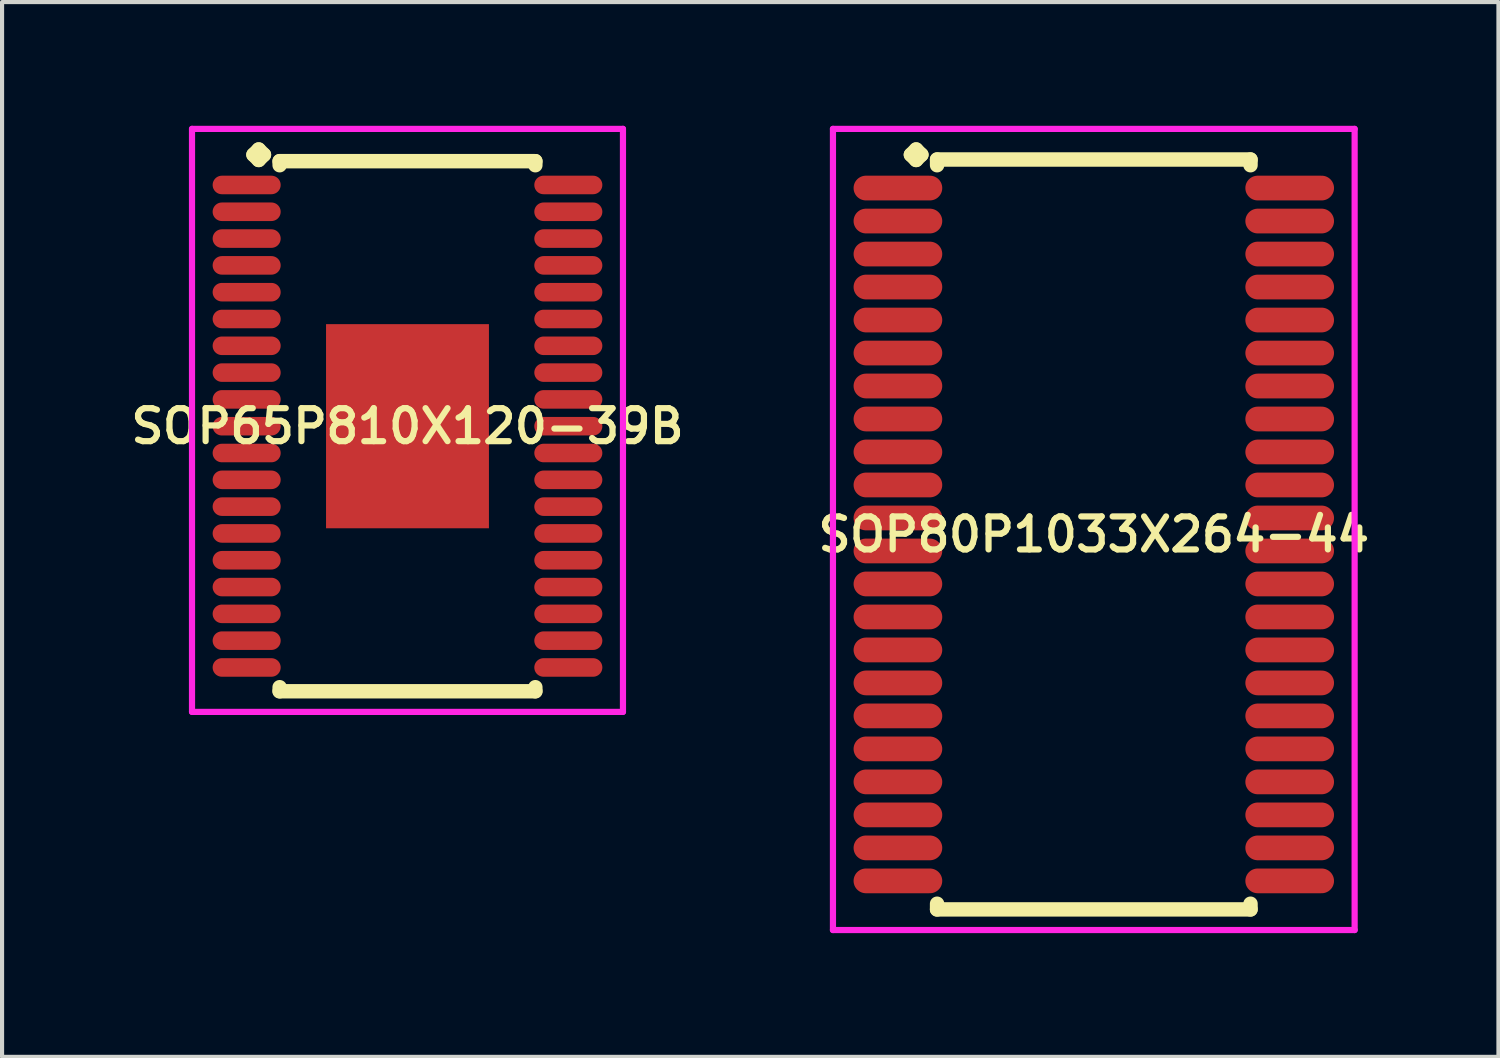
<source format=kicad_pcb>
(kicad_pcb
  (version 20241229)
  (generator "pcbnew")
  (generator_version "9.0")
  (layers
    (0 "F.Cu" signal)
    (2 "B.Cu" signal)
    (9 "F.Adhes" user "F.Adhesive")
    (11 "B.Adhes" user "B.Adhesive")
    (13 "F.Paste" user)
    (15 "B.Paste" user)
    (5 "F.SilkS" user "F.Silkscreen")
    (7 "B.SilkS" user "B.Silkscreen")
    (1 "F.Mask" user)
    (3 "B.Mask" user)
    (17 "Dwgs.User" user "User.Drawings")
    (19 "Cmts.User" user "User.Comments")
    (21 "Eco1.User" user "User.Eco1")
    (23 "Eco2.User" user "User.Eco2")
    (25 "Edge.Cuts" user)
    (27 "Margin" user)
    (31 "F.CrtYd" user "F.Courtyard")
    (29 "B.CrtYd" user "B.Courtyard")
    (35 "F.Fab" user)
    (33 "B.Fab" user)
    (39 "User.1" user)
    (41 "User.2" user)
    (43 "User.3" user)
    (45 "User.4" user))
  (footprint "SOP65P810X120-39B"
    (layer "F.Cu")
    (at 6.831 7.285)
    (property "Reference" "SOP65P810X120-39B" (at 0 0 0) (layer "F.SilkS") (effects (font (size 0.8 0.8) (thickness 0.15))))
    (attr through_hole)
    (fp_line (start -3.735 -6.583) (end -3.608 -6.71) (stroke (width 0.35) (type solid)) (layer "F.SilkS"))
    (fp_line (start -3.608 -6.71) (end -3.481 -6.583) (stroke (width 0.35) (type solid)) (layer "F.SilkS"))
    (fp_line (start -3.608 -6.456) (end -3.735 -6.583) (stroke (width 0.35) (type solid)) (layer "F.SilkS"))
    (fp_line (start -3.481 -6.583) (end -3.608 -6.456) (stroke (width 0.35) (type solid)) (layer "F.SilkS"))
    (fp_line (start -3.1 -6.427) (end 3.1 -6.427) (stroke (width 0.35) (type solid)) (layer "F.SilkS"))
    (fp_line (start -3.1 -6.329) (end -3.1 -6.427) (stroke (width 0.35) (type solid)) (layer "F.SilkS"))
    (fp_line (start -3.1 6.329) (end -3.1 6.427) (stroke (width 0.35) (type solid)) (layer "F.SilkS"))
    (fp_line (start -3.1 6.427) (end 3.1 6.427) (stroke (width 0.35) (type solid)) (layer "F.SilkS"))
    (fp_line (start 3.1 -6.427) (end 3.1 -6.329) (stroke (width 0.35) (type solid)) (layer "F.SilkS"))
    (fp_line (start 3.1 6.427) (end 3.1 6.329) (stroke (width 0.35) (type solid)) (layer "F.SilkS"))
    (fp_line (start -5.225 -7.21) (end 5.225 -7.21) (stroke (width 0.15) (type solid)) (layer "F.CrtYd"))
    (fp_line (start -5.225 6.927) (end -5.225 -7.21) (stroke (width 0.15) (type solid)) (layer "F.CrtYd"))
    (fp_line (start 5.225 -7.21) (end 5.225 6.927) (stroke (width 0.15) (type solid)) (layer "F.CrtYd"))
    (fp_line (start 5.225 6.927) (end -5.225 6.927) (stroke (width 0.15) (type solid)) (layer "F.CrtYd"))
    (pad "1" smd oval (at -3.9 -5.85) (size 1.65 0.45) (layers "F.Cu" "F.Mask" "F.Paste"))
    (pad "2" smd oval (at -3.9 -5.2) (size 1.65 0.45) (layers "F.Cu" "F.Mask" "F.Paste"))
    (pad "3" smd oval (at -3.9 -4.55) (size 1.65 0.45) (layers "F.Cu" "F.Mask" "F.Paste"))
    (pad "4" smd oval (at -3.9 -3.9) (size 1.65 0.45) (layers "F.Cu" "F.Mask" "F.Paste"))
    (pad "5" smd oval (at -3.9 -3.25) (size 1.65 0.45) (layers "F.Cu" "F.Mask" "F.Paste"))
    (pad "6" smd oval (at -3.9 -2.6) (size 1.65 0.45) (layers "F.Cu" "F.Mask" "F.Paste"))
    (pad "7" smd oval (at -3.9 -1.95) (size 1.65 0.45) (layers "F.Cu" "F.Mask" "F.Paste"))
    (pad "8" smd oval (at -3.9 -1.3) (size 1.65 0.45) (layers "F.Cu" "F.Mask" "F.Paste"))
    (pad "9" smd oval (at -3.9 -0.65) (size 1.65 0.45) (layers "F.Cu" "F.Mask" "F.Paste"))
    (pad "10" smd oval (at -3.9 0) (size 1.65 0.45) (layers "F.Cu" "F.Mask" "F.Paste"))
    (pad "11" smd oval (at -3.9 0.65) (size 1.65 0.45) (layers "F.Cu" "F.Mask" "F.Paste"))
    (pad "12" smd oval (at -3.9 1.3) (size 1.65 0.45) (layers "F.Cu" "F.Mask" "F.Paste"))
    (pad "13" smd oval (at -3.9 1.95) (size 1.65 0.45) (layers "F.Cu" "F.Mask" "F.Paste"))
    (pad "14" smd oval (at -3.9 2.6) (size 1.65 0.45) (layers "F.Cu" "F.Mask" "F.Paste"))
    (pad "15" smd oval (at -3.9 3.25) (size 1.65 0.45) (layers "F.Cu" "F.Mask" "F.Paste"))
    (pad "16" smd oval (at -3.9 3.9) (size 1.65 0.45) (layers "F.Cu" "F.Mask" "F.Paste"))
    (pad "17" smd oval (at -3.9 4.55) (size 1.65 0.45) (layers "F.Cu" "F.Mask" "F.Paste"))
    (pad "18" smd oval (at -3.9 5.2) (size 1.65 0.45) (layers "F.Cu" "F.Mask" "F.Paste"))
    (pad "19" smd oval (at -3.9 5.85) (size 1.65 0.45) (layers "F.Cu" "F.Mask" "F.Paste"))
    (pad "20" smd oval (at 3.9 5.85) (size 1.65 0.45) (layers "F.Cu" "F.Mask" "F.Paste"))
    (pad "21" smd oval (at 3.9 5.2) (size 1.65 0.45) (layers "F.Cu" "F.Mask" "F.Paste"))
    (pad "22" smd oval (at 3.9 4.55) (size 1.65 0.45) (layers "F.Cu" "F.Mask" "F.Paste"))
    (pad "23" smd oval (at 3.9 3.9) (size 1.65 0.45) (layers "F.Cu" "F.Mask" "F.Paste"))
    (pad "24" smd oval (at 3.9 3.25) (size 1.65 0.45) (layers "F.Cu" "F.Mask" "F.Paste"))
    (pad "25" smd oval (at 3.9 2.6) (size 1.65 0.45) (layers "F.Cu" "F.Mask" "F.Paste"))
    (pad "26" smd oval (at 3.9 1.95) (size 1.65 0.45) (layers "F.Cu" "F.Mask" "F.Paste"))
    (pad "27" smd oval (at 3.9 1.3) (size 1.65 0.45) (layers "F.Cu" "F.Mask" "F.Paste"))
    (pad "28" smd oval (at 3.9 0.65) (size 1.65 0.45) (layers "F.Cu" "F.Mask" "F.Paste"))
    (pad "29" smd oval (at 3.9 0) (size 1.65 0.45) (layers "F.Cu" "F.Mask" "F.Paste"))
    (pad "30" smd oval (at 3.9 -0.65) (size 1.65 0.45) (layers "F.Cu" "F.Mask" "F.Paste"))
    (pad "31" smd oval (at 3.9 -1.3) (size 1.65 0.45) (layers "F.Cu" "F.Mask" "F.Paste"))
    (pad "32" smd oval (at 3.9 -1.95) (size 1.65 0.45) (layers "F.Cu" "F.Mask" "F.Paste"))
    (pad "33" smd oval (at 3.9 -2.6) (size 1.65 0.45) (layers "F.Cu" "F.Mask" "F.Paste"))
    (pad "34" smd oval (at 3.9 -3.25) (size 1.65 0.45) (layers "F.Cu" "F.Mask" "F.Paste"))
    (pad "35" smd oval (at 3.9 -3.9) (size 1.65 0.45) (layers "F.Cu" "F.Mask" "F.Paste"))
    (pad "36" smd oval (at 3.9 -4.55) (size 1.65 0.45) (layers "F.Cu" "F.Mask" "F.Paste"))
    (pad "37" smd oval (at 3.9 -5.2) (size 1.65 0.45) (layers "F.Cu" "F.Mask" "F.Paste"))
    (pad "38" smd oval (at 3.9 -5.85) (size 1.65 0.45) (layers "F.Cu" "F.Mask" "F.Paste"))
    (pad "39" smd rect (at 0 0) (size 3.95 4.95) (layers "F.Cu" "F.Mask" "F.Paste")))
  (footprint "SOP80P1033X264-44"
    (layer "F.Cu")
    (at 23.473 9.91)
    (property "Reference" "SOP80P1033X264-44" (at 0 0 0) (layer "F.SilkS") (effects (font (size 0.8 0.8) (thickness 0.15))))
    (attr smd)
    (fp_line (start -4.435 -9.208) (end -4.308 -9.335) (stroke (width 0.35) (type solid)) (layer "F.SilkS"))
    (fp_line (start -4.308 -9.335) (end -4.181 -9.208) (stroke (width 0.35) (type solid)) (layer "F.SilkS"))
    (fp_line (start -4.308 -9.081) (end -4.435 -9.208) (stroke (width 0.35) (type solid)) (layer "F.SilkS"))
    (fp_line (start -4.181 -9.208) (end -4.308 -9.081) (stroke (width 0.35) (type solid)) (layer "F.SilkS"))
    (fp_line (start -3.8 -9.092) (end 3.8 -9.092) (stroke (width 0.35) (type solid)) (layer "F.SilkS"))
    (fp_line (start -3.8 -8.954) (end -3.8 -9.092) (stroke (width 0.35) (type solid)) (layer "F.SilkS"))
    (fp_line (start -3.8 8.954) (end -3.8 9.092) (stroke (width 0.35) (type solid)) (layer "F.SilkS"))
    (fp_line (start -3.8 9.092) (end 3.8 9.092) (stroke (width 0.35) (type solid)) (layer "F.SilkS"))
    (fp_line (start 3.8 -9.092) (end 3.8 -8.954) (stroke (width 0.35) (type solid)) (layer "F.SilkS"))
    (fp_line (start 3.8 9.092) (end 3.8 8.954) (stroke (width 0.35) (type solid)) (layer "F.SilkS"))
    (fp_line (start -6.325 -9.835) (end 6.325 -9.835) (stroke (width 0.15) (type solid)) (layer "F.CrtYd"))
    (fp_line (start -6.325 9.592) (end -6.325 -9.835) (stroke (width 0.15) (type solid)) (layer "F.CrtYd"))
    (fp_line (start 6.325 -9.835) (end 6.325 9.592) (stroke (width 0.15) (type solid)) (layer "F.CrtYd"))
    (fp_line (start 6.325 9.592) (end -6.325 9.592) (stroke (width 0.15) (type solid)) (layer "F.CrtYd"))
    (pad "1" smd oval (at -4.75 -8.4) (size 2.15 0.6) (layers "F.Cu" "F.Mask" "F.Paste"))
    (pad "2" smd oval (at -4.75 -7.6) (size 2.15 0.6) (layers "F.Cu" "F.Mask" "F.Paste"))
    (pad "3" smd oval (at -4.75 -6.8) (size 2.15 0.6) (layers "F.Cu" "F.Mask" "F.Paste"))
    (pad "4" smd oval (at -4.75 -6) (size 2.15 0.6) (layers "F.Cu" "F.Mask" "F.Paste"))
    (pad "5" smd oval (at -4.75 -5.2) (size 2.15 0.6) (layers "F.Cu" "F.Mask" "F.Paste"))
    (pad "6" smd oval (at -4.75 -4.4) (size 2.15 0.6) (layers "F.Cu" "F.Mask" "F.Paste"))
    (pad "7" smd oval (at -4.75 -3.6) (size 2.15 0.6) (layers "F.Cu" "F.Mask" "F.Paste"))
    (pad "8" smd oval (at -4.75 -2.8) (size 2.15 0.6) (layers "F.Cu" "F.Mask" "F.Paste"))
    (pad "9" smd oval (at -4.75 -2) (size 2.15 0.6) (layers "F.Cu" "F.Mask" "F.Paste"))
    (pad "10" smd oval (at -4.75 -1.2) (size 2.15 0.6) (layers "F.Cu" "F.Mask" "F.Paste"))
    (pad "11" smd oval (at -4.75 -0.4) (size 2.15 0.6) (layers "F.Cu" "F.Mask" "F.Paste"))
    (pad "12" smd oval (at -4.75 0.4) (size 2.15 0.6) (layers "F.Cu" "F.Mask" "F.Paste"))
    (pad "13" smd oval (at -4.75 1.2) (size 2.15 0.6) (layers "F.Cu" "F.Mask" "F.Paste"))
    (pad "14" smd oval (at -4.75 2) (size 2.15 0.6) (layers "F.Cu" "F.Mask" "F.Paste"))
    (pad "15" smd oval (at -4.75 2.8) (size 2.15 0.6) (layers "F.Cu" "F.Mask" "F.Paste"))
    (pad "16" smd oval (at -4.75 3.6) (size 2.15 0.6) (layers "F.Cu" "F.Mask" "F.Paste"))
    (pad "17" smd oval (at -4.75 4.4) (size 2.15 0.6) (layers "F.Cu" "F.Mask" "F.Paste"))
    (pad "18" smd oval (at -4.75 5.2) (size 2.15 0.6) (layers "F.Cu" "F.Mask" "F.Paste"))
    (pad "19" smd oval (at -4.75 6) (size 2.15 0.6) (layers "F.Cu" "F.Mask" "F.Paste"))
    (pad "20" smd oval (at -4.75 6.8) (size 2.15 0.6) (layers "F.Cu" "F.Mask" "F.Paste"))
    (pad "21" smd oval (at -4.75 7.6) (size 2.15 0.6) (layers "F.Cu" "F.Mask" "F.Paste"))
    (pad "22" smd oval (at -4.75 8.4) (size 2.15 0.6) (layers "F.Cu" "F.Mask" "F.Paste"))
    (pad "23" smd oval (at 4.75 8.4) (size 2.15 0.6) (layers "F.Cu" "F.Mask" "F.Paste"))
    (pad "24" smd oval (at 4.75 7.6) (size 2.15 0.6) (layers "F.Cu" "F.Mask" "F.Paste"))
    (pad "25" smd oval (at 4.75 6.8) (size 2.15 0.6) (layers "F.Cu" "F.Mask" "F.Paste"))
    (pad "26" smd oval (at 4.75 6) (size 2.15 0.6) (layers "F.Cu" "F.Mask" "F.Paste"))
    (pad "27" smd oval (at 4.75 5.2) (size 2.15 0.6) (layers "F.Cu" "F.Mask" "F.Paste"))
    (pad "28" smd oval (at 4.75 4.4) (size 2.15 0.6) (layers "F.Cu" "F.Mask" "F.Paste"))
    (pad "29" smd oval (at 4.75 3.6) (size 2.15 0.6) (layers "F.Cu" "F.Mask" "F.Paste"))
    (pad "30" smd oval (at 4.75 2.8) (size 2.15 0.6) (layers "F.Cu" "F.Mask" "F.Paste"))
    (pad "31" smd oval (at 4.75 2) (size 2.15 0.6) (layers "F.Cu" "F.Mask" "F.Paste"))
    (pad "32" smd oval (at 4.75 1.2) (size 2.15 0.6) (layers "F.Cu" "F.Mask" "F.Paste"))
    (pad "33" smd oval (at 4.75 0.4) (size 2.15 0.6) (layers "F.Cu" "F.Mask" "F.Paste"))
    (pad "34" smd oval (at 4.75 -0.4) (size 2.15 0.6) (layers "F.Cu" "F.Mask" "F.Paste"))
    (pad "35" smd oval (at 4.75 -1.2) (size 2.15 0.6) (layers "F.Cu" "F.Mask" "F.Paste"))
    (pad "36" smd oval (at 4.75 -2) (size 2.15 0.6) (layers "F.Cu" "F.Mask" "F.Paste"))
    (pad "37" smd oval (at 4.75 -2.8) (size 2.15 0.6) (layers "F.Cu" "F.Mask" "F.Paste"))
    (pad "38" smd oval (at 4.75 -3.6) (size 2.15 0.6) (layers "F.Cu" "F.Mask" "F.Paste"))
    (pad "39" smd oval (at 4.75 -4.4) (size 2.15 0.6) (layers "F.Cu" "F.Mask" "F.Paste"))
    (pad "40" smd oval (at 4.75 -5.2) (size 2.15 0.6) (layers "F.Cu" "F.Mask" "F.Paste"))
    (pad "41" smd oval (at 4.75 -6) (size 2.15 0.6) (layers "F.Cu" "F.Mask" "F.Paste"))
    (pad "42" smd oval (at 4.75 -6.8) (size 2.15 0.6) (layers "F.Cu" "F.Mask" "F.Paste"))
    (pad "43" smd oval (at 4.75 -7.6) (size 2.15 0.6) (layers "F.Cu" "F.Mask" "F.Paste"))
    (pad "44" smd oval (at 4.75 -8.4) (size 2.15 0.6) (layers "F.Cu" "F.Mask" "F.Paste")))
  (gr_rect
    (start -3 -3)
    (end 33.285 22.577)
    (stroke (width 0.1) (type default))
    (fill no)
    (layer "Edge.Cuts")))
</source>
